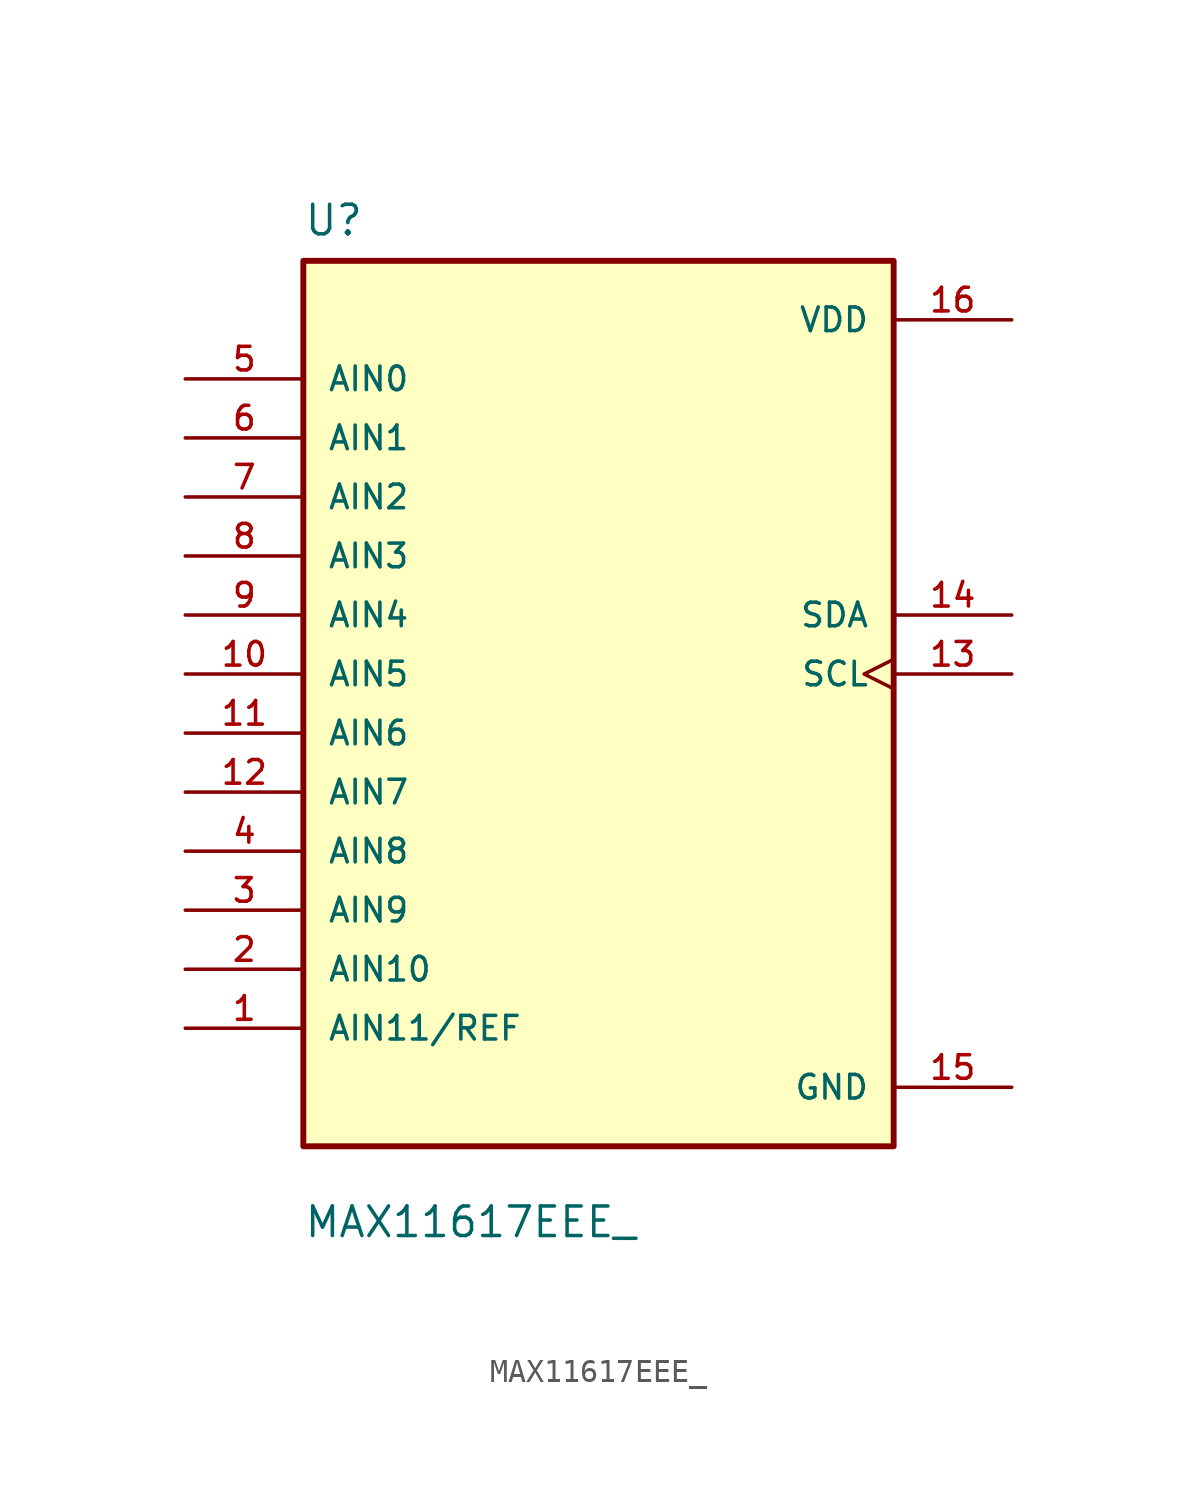
<source format=kicad_sym>
(kicad_symbol_lib
  (version 20211014)
  (generator kicad_symbol_editor)
  (symbol "MAX11617EEE_"
    (pin_names
      (offset 1.016))
    (property "Reference" "U"
      (at -12.7 18.78 0.0)
      (effects (font (size 1.27 1.27)) (justify bottom left)))
    (property "Value" "MAX11617EEE_"
      (at -12.7 -24.32 0.0)
      (effects (font (size 1.27 1.27)) (justify bottom left)))
    (symbol "MAX11617EEE__0_0"
      (rectangle (start -12.7 -20.32) (end 12.7 17.78) (stroke (width 0.254)) (fill (type background)))
      (pin input line (at -17.78 12.7 0) (length 5.08) (name "AIN0" (effects (font (size 1.016 1.016)))) (number "5" (effects (font (size 1.016 1.016)))))
      (pin input line (at -17.78 10.16 0) (length 5.08) (name "AIN1" (effects (font (size 1.016 1.016)))) (number "6" (effects (font (size 1.016 1.016)))))
      (pin input line (at -17.78 7.62 0) (length 5.08) (name "AIN2" (effects (font (size 1.016 1.016)))) (number "7" (effects (font (size 1.016 1.016)))))
      (pin input line (at -17.78 5.08 0) (length 5.08) (name "AIN3" (effects (font (size 1.016 1.016)))) (number "8" (effects (font (size 1.016 1.016)))))
      (pin input line (at -17.78 2.54 0) (length 5.08) (name "AIN4" (effects (font (size 1.016 1.016)))) (number "9" (effects (font (size 1.016 1.016)))))
      (pin input line (at -17.78 0.0 0) (length 5.08) (name "AIN5" (effects (font (size 1.016 1.016)))) (number "10" (effects (font (size 1.016 1.016)))))
      (pin input line (at -17.78 -2.54 0) (length 5.08) (name "AIN6" (effects (font (size 1.016 1.016)))) (number "11" (effects (font (size 1.016 1.016)))))
      (pin input line (at -17.78 -5.08 0) (length 5.08) (name "AIN7" (effects (font (size 1.016 1.016)))) (number "12" (effects (font (size 1.016 1.016)))))
      (pin input line (at -17.78 -7.62 0) (length 5.08) (name "AIN8" (effects (font (size 1.016 1.016)))) (number "4" (effects (font (size 1.016 1.016)))))
      (pin input line (at -17.78 -10.16 0) (length 5.08) (name "AIN9" (effects (font (size 1.016 1.016)))) (number "3" (effects (font (size 1.016 1.016)))))
      (pin input line (at -17.78 -12.7 0) (length 5.08) (name "AIN10" (effects (font (size 1.016 1.016)))) (number "2" (effects (font (size 1.016 1.016)))))
      (pin bidirectional line (at -17.78 -15.24 0) (length 5.08) (name "AIN11/REF" (effects (font (size 1.016 1.016)))) (number "1" (effects (font (size 1.016 1.016)))))
      (pin input clock (at 17.78 0.0 180.0) (length 5.08) (name "SCL" (effects (font (size 1.016 1.016)))) (number "13" (effects (font (size 1.016 1.016)))))
      (pin bidirectional line (at 17.78 2.54 180.0) (length 5.08) (name "SDA" (effects (font (size 1.016 1.016)))) (number "14" (effects (font (size 1.016 1.016)))))
      (pin power_in line (at 17.78 15.24 180.0) (length 5.08) (name "VDD" (effects (font (size 1.016 1.016)))) (number "16" (effects (font (size 1.016 1.016)))))
      (pin power_in line (at 17.78 -17.78 180.0) (length 5.08) (name "GND" (effects (font (size 1.016 1.016)))) (number "15" (effects (font (size 1.016 1.016))))))))
</source>
